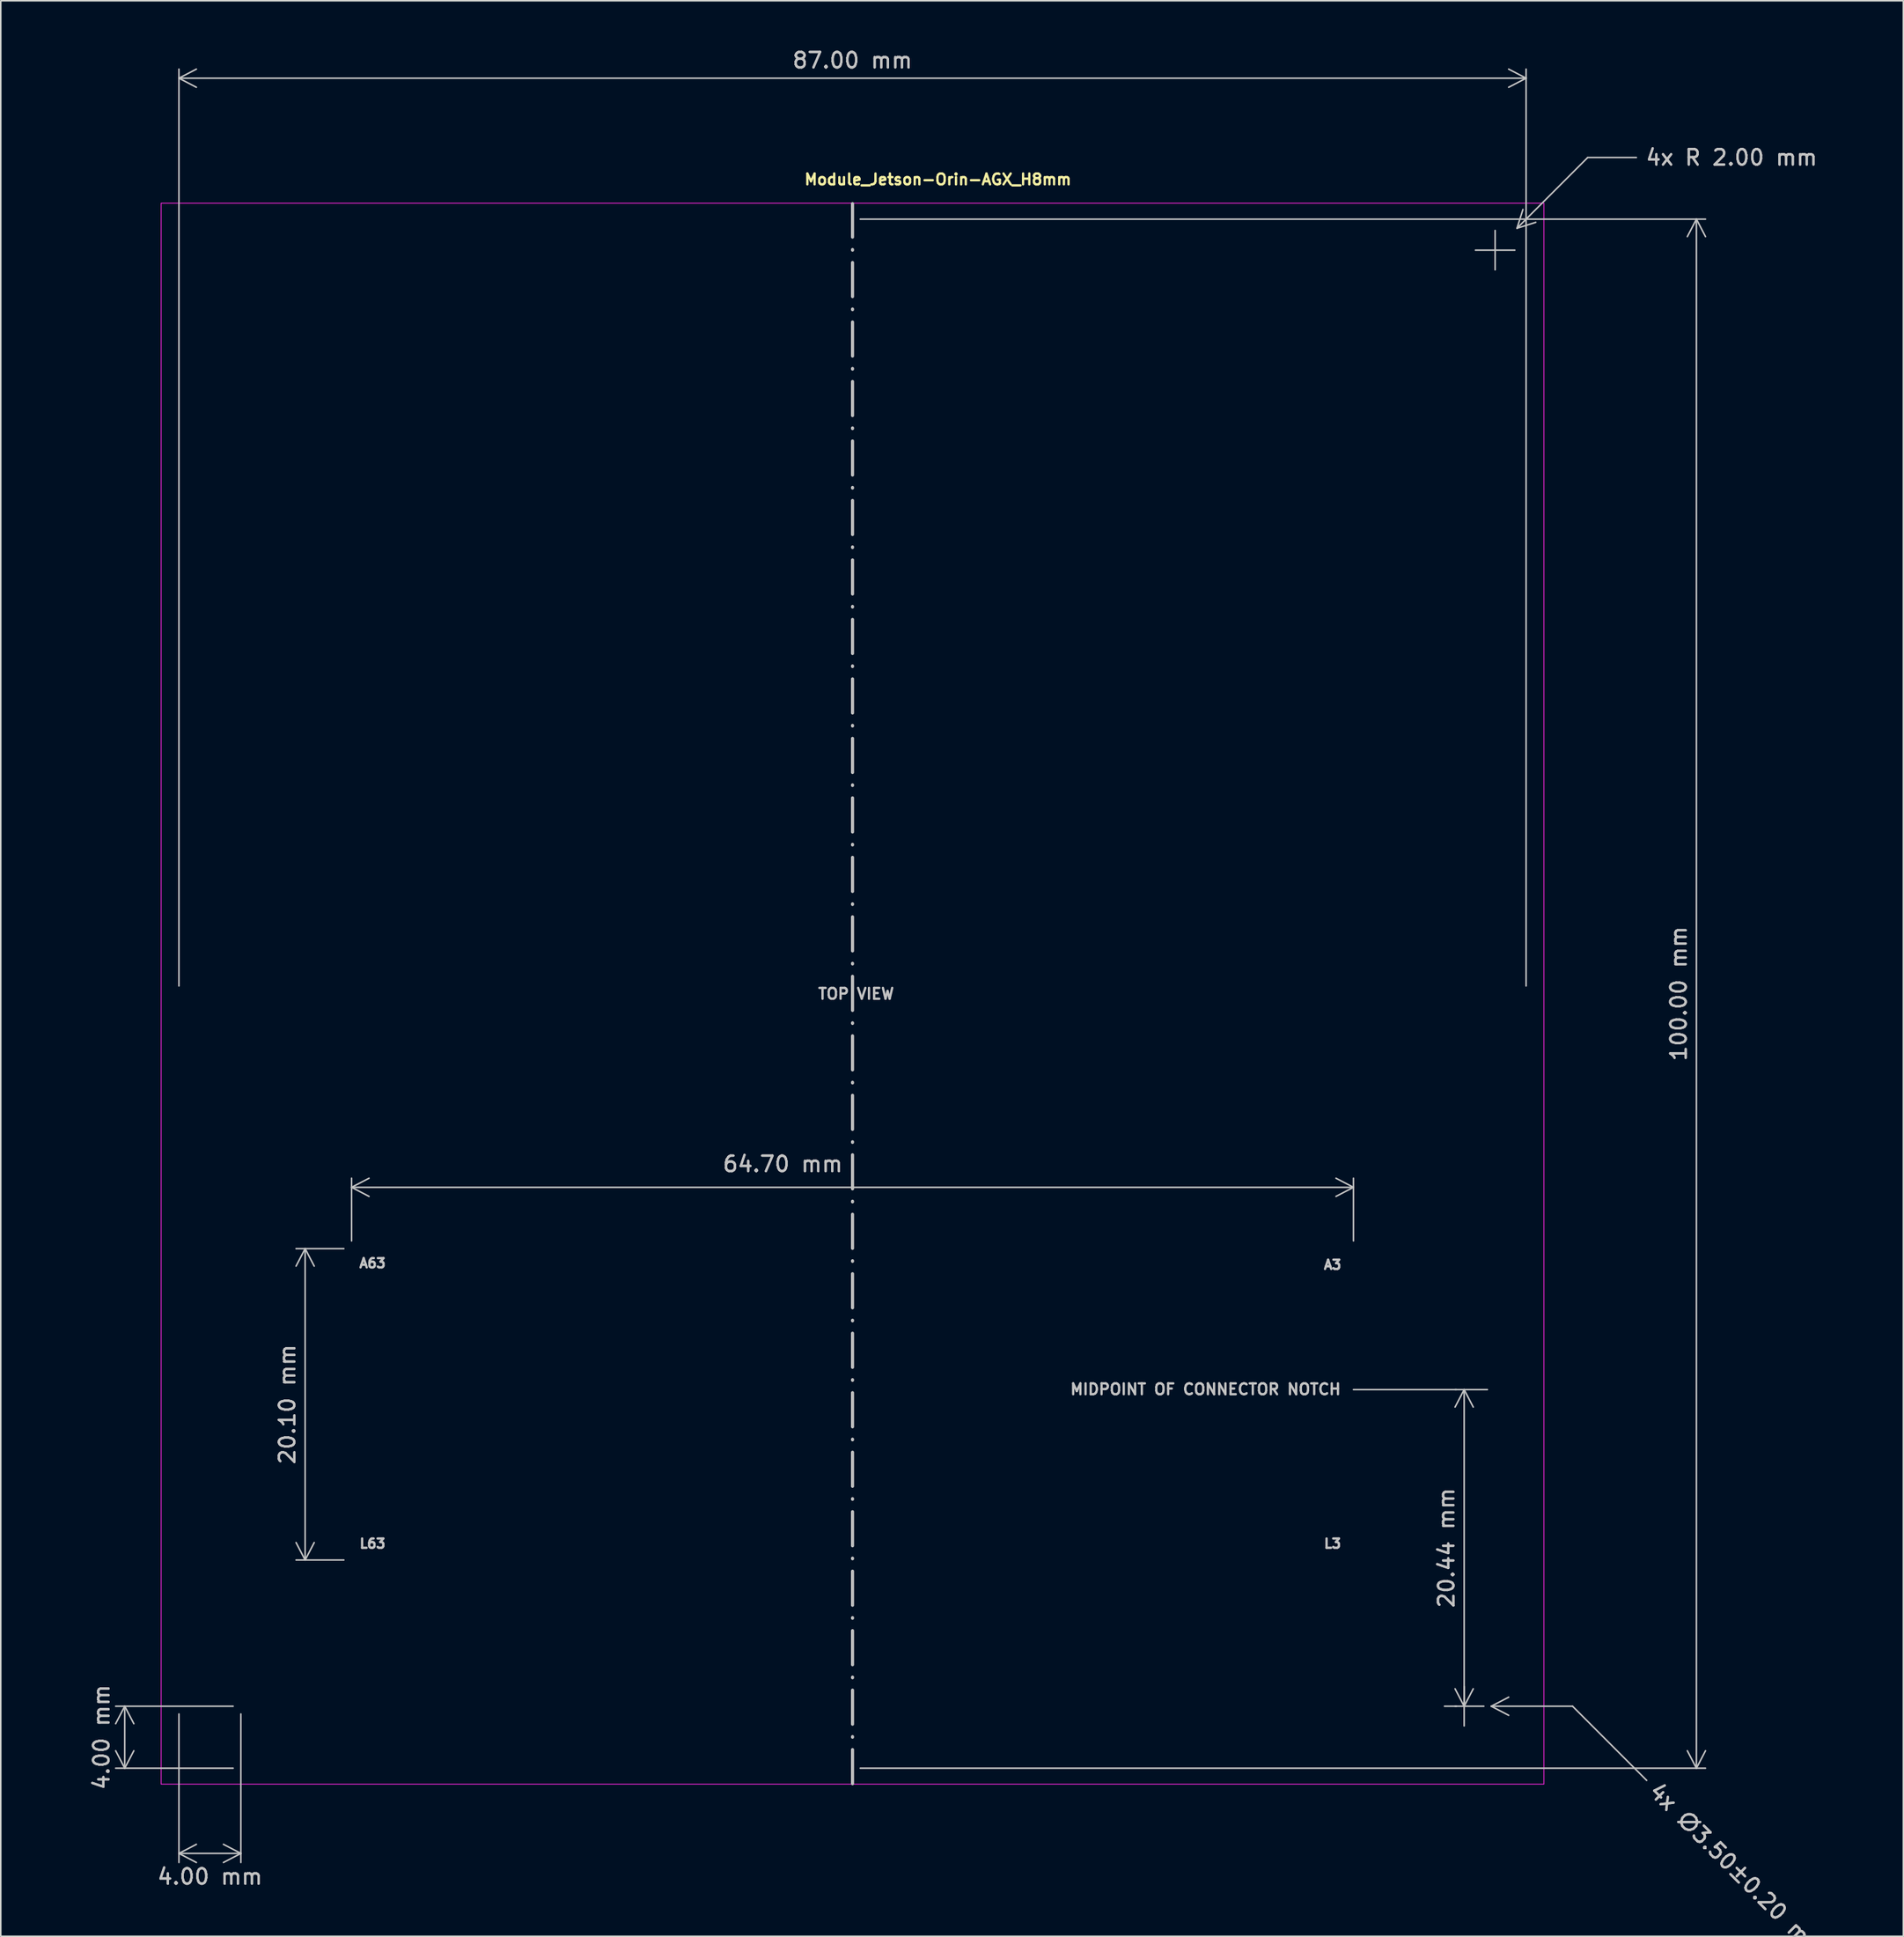
<source format=kicad_pcb>
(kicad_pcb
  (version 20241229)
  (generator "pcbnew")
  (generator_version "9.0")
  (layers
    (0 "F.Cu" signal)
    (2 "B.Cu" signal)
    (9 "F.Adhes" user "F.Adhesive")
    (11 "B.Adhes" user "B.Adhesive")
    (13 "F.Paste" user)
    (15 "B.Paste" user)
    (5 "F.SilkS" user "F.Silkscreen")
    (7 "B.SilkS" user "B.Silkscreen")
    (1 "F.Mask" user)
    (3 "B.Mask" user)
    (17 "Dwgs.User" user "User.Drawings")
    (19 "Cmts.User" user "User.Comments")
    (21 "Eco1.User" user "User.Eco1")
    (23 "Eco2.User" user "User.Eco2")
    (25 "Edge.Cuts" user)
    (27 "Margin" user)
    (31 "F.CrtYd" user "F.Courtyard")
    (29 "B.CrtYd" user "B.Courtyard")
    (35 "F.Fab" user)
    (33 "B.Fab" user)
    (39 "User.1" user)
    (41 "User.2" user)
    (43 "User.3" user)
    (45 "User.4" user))
  (footprint "Module_Jetson-Orin-AGX_H8mm"
    (layer "F.Cu")
    (at 52.006 61.098)
    (property "Reference" "Module_Jetson-Orin-AGX_H8mm" (at -3.182 -52.154 0) (layer "F.SilkS") (effects (font (size 0.7 0.7) (thickness 0.15)) (justify left bottom)))
    (attr exclude_from_pos_files exclude_from_bom)
    (fp_line (start 0 51) (end 0 -51) (stroke (width 0.2) (type dash_dot)) (layer "Dwgs.User"))
    (fp_line (start 32.35 25.56) (end 41 25.56) (stroke (width 0.1) (type default)) (layer "Dwgs.User"))
    (fp_rect (start -44.65 -51.03) (end 44.65 51.03) (stroke (width 0.05) (type solid)) (fill no) (layer "F.CrtYd"))
    (fp_rect (start -43.65 -50.127) (end 43.65 50.127) (stroke (width 0.1) (type solid)) (fill no) (layer "User.5"))
    (fp_line (start -43.5 48) (end -43.5 -48) (stroke (width 0.02) (type solid)) (layer "User.9"))
    (fp_line (start -32.35 14.552) (end 32.35 14.552) (stroke (width 0.1) (type default)) (layer "User.9"))
    (fp_line (start -32.35 16.46) (end -32.35 14.552) (stroke (width 0.1) (type default)) (layer "User.9"))
    (fp_line (start 1.212 52.898) (end 1.212 52.898) (stroke (width 0.02) (type solid)) (layer "User.9"))
    (fp_line (start 1.213 52.897) (end 1.212 52.9) (stroke (width 0.02) (type solid)) (layer "User.9"))
    (fp_line (start 1.213 52.898) (end 1.213 52.898) (stroke (width 0.02) (type solid)) (layer "User.9"))
    (fp_line (start 1.213 52.898) (end 1.213 52.898) (stroke (width 0.02) (type solid)) (layer "User.9"))
    (fp_line (start 1.213 52.898) (end 1.212 52.898) (stroke (width 0.02) (type solid)) (layer "User.9"))
    (fp_line (start 1.214 52.897) (end 1.214 52.898) (stroke (width 0.02) (type solid)) (layer "User.9"))
    (fp_line (start 1.214 52.898) (end 1.213 52.898) (stroke (width 0.02) (type solid)) (layer "User.9"))
    (fp_line (start 1.215 52.897) (end 1.214 52.897) (stroke (width 0.02) (type solid)) (layer "User.9"))
    (fp_line (start 1.215 52.897) (end 1.215 52.897) (stroke (width 0.02) (type solid)) (layer "User.9"))
    (fp_line (start 1.216 52.897) (end 1.215 52.897) (stroke (width 0.02) (type solid)) (layer "User.9"))
    (fp_line (start 1.216 52.897) (end 1.216 52.897) (stroke (width 0.02) (type solid)) (layer "User.9"))
    (fp_line (start 1.217 52.897) (end 1.216 52.897) (stroke (width 0.02) (type solid)) (layer "User.9"))
    (fp_line (start 1.217 52.897) (end 1.217 52.897) (stroke (width 0.02) (type solid)) (layer "User.9"))
    (fp_line (start 32.35 16.46) (end 32.35 14.552) (stroke (width 0.1) (type default)) (layer "User.9"))
    (fp_line (start 41.5 -50) (end -41.5 -50) (stroke (width 0.02) (type solid)) (layer "User.9"))
    (fp_line (start 41.5 50) (end -41.5 50) (stroke (width 0.02) (type solid)) (layer "User.9"))
    (fp_line (start 43.5 48) (end 43.5 -48) (stroke (width 0.02) (type solid)) (layer "User.9"))
    (fp_rect (start -32.35 16.46) (end 32.35 36.56) (stroke (width 0.1) (type default)) (fill no) (layer "User.9"))
    (fp_rect (start -32.35 24.89) (end -32.13 26.23) (stroke (width 0.1) (type default)) (fill no) (layer "User.9"))
    (fp_rect (start 32.35 24.89) (end 32.13 26.23) (stroke (width 0.1) (type default)) (fill no) (layer "User.9"))
    (fp_arc (start -43.5 -48) (mid -42.914214 -49.414214) (end -41.5 -50) (stroke (width 0.02) (type default)) (layer "User.9"))
    (fp_arc (start -41.5 50) (mid -42.914214 49.414214) (end -43.5 48) (stroke (width 0.02) (type default)) (layer "User.9"))
    (fp_arc (start 41.5 -50) (mid 42.914214 -49.414214) (end 43.5 -48) (stroke (width 0.02) (type default)) (layer "User.9"))
    (fp_arc (start 43.5 48) (mid 42.914214 49.414214) (end 41.5 50) (stroke (width 0.02) (type default)) (layer "User.9"))
    (fp_circle (center -39.5 -46) (end -37.75 -46) (stroke (width 0.02) (type default)) (fill no) (layer "User.9"))
    (fp_circle (center -39.5 -46) (end -37.65 -46) (stroke (width 0.02) (type default)) (fill no) (layer "User.9"))
    (fp_circle (center -39.5 46) (end -37.75 46) (stroke (width 0.02) (type default)) (fill no) (layer "User.9"))
    (fp_circle (center -39.5 46) (end -37.65 46) (stroke (width 0.02) (type default)) (fill no) (layer "User.9"))
    (fp_circle (center 39.5 -46) (end 41.25 -46) (stroke (width 0.02) (type default)) (fill no) (layer "User.9"))
    (fp_circle (center 39.5 -46) (end 41.35 -46) (stroke (width 0.02) (type default)) (fill no) (layer "User.9"))
    (fp_circle (center 39.5 46) (end 41.25 46) (stroke (width 0.02) (type default)) (fill no) (layer "User.9"))
    (fp_circle (center 39.5 46) (end 41.35 46) (stroke (width 0.02) (type default)) (fill no) (layer "User.9"))
    (fp_text user "MIDPOINT OF CONNECTOR NOTCH" (at 22.8 25.54 0) (layer "Dwgs.User") (effects (font (size 0.7 0.7) (thickness 0.15))))
    (fp_text user "A3" (at 31 17.5 0) (layer "Dwgs.User") (effects (font (size 0.6 0.6) (thickness 0.15))))
    (fp_text user "TOP VIEW" (at 0.23 0.01 0) (layer "Dwgs.User") (effects (font (size 0.7 0.7) (thickness 0.15))))
    (fp_text user "L3" (at 31 35.5 0) (layer "Dwgs.User") (effects (font (size 0.6 0.6) (thickness 0.15))))
    (fp_text user "A63" (at -31 17.4 0) (layer "Dwgs.User") (effects (font (size 0.6 0.6) (thickness 0.15))))
    (fp_text user "L63" (at -31 35.5 0) (layer "Dwgs.User") (effects (font (size 0.6 0.6) (thickness 0.15))))
    (dimension (type aligned) (layer "Dwgs.User") (pts (xy 12.506 107.098) (xy 8.506 107.098)) (height -9.5) (format (prefix "") (suffix "") (units 3) (units_format 1) (precision 2)) (style (thickness 0.1) (arrow_length 1.27) (text_position_mode 2) (arrow_direction outward) (extension_height 0.586) (extension_offset 0.5) (keep_text_aligned yes)) (gr_text "4.00 mm" (at 10.506 118.098 0) (layer "Dwgs.User") (effects (font (size 1 1) (thickness 0.15)))))
    (dimension (type aligned) (layer "Dwgs.User") (pts (xy 19.656 77.558) (xy 84.356 77.558)) (height -3.96) (format (prefix "") (suffix "") (units 3) (units_format 1) (precision 2)) (style (thickness 0.1) (arrow_length 1.27) (text_position_mode 2) (arrow_direction outward) (extension_height 0.586) (extension_offset 0.5) (keep_text_aligned yes)) (gr_text "64.70 mm" (at 47.506 72.098 0) (layer "Dwgs.User") (effects (font (size 1 1) (thickness 0.15)))))
    (dimension (type aligned) (layer "Dwgs.User") (pts (xy 91.506 107.098) (xy 91.506 86.658)) (height 0) (format (prefix "") (suffix "") (units 3) (units_format 1) (precision 2)) (style (thickness 0.1) (arrow_length 1.27) (text_position_mode 0) (arrow_direction outward) (extension_height 0.586) (extension_offset 0.5) (keep_text_aligned yes)) (gr_text "20.44 mm" (at 90.356 96.878 90) (layer "Dwgs.User") (effects (font (size 1 1) (thickness 0.15)))))
    (dimension (type aligned) (layer "Dwgs.User") (pts (xy 52.006 111.098) (xy 52.006 11.098)) (height 54.5) (format (prefix "") (suffix "") (units 3) (units_format 1) (precision 2)) (style (thickness 0.1) (arrow_length 1.27) (text_position_mode 0) (arrow_direction outward) (extension_height 0.586) (extension_offset 0.5) (keep_text_aligned yes)) (gr_text "100.00 mm" (at 105.356 61.098 90) (layer "Dwgs.User") (effects (font (size 1 1) (thickness 0.15)))))
    (dimension (type aligned) (layer "Dwgs.User") (pts (xy 12.506 107.098) (xy 12.506 111.098)) (height 7.5) (format (prefix "") (suffix "") (units 3) (units_format 1) (precision 2)) (style (thickness 0.1) (arrow_length 1.27) (text_position_mode 2) (arrow_direction outward) (extension_height 0.586) (extension_offset 0.5) (keep_text_aligned yes)) (gr_text "4.00 mm" (at 3.506 109.098 90) (layer "Dwgs.User") (effects (font (size 1 1) (thickness 0.15)))))
    (dimension (type aligned) (layer "Dwgs.User") (pts (xy 8.506 61.098) (xy 95.506 61.098)) (height -59.1) (format (prefix "") (suffix "") (units 3) (units_format 1) (precision 2)) (style (thickness 0.1) (arrow_length 1.27) (text_position_mode 0) (arrow_direction outward) (extension_height 0.586) (extension_offset 0.5) (keep_text_aligned yes)) (gr_text "87.00 mm" (at 52.006 0.848 0) (layer "Dwgs.User") (effects (font (size 1 1) (thickness 0.15)))))
    (dimension (type aligned) (layer "Dwgs.User") (pts (xy 19.656 97.658) (xy 19.656 77.558)) (height -3) (format (prefix "") (suffix "") (units 3) (units_format 1) (precision 2)) (style (thickness 0.1) (arrow_length 1.27) (text_position_mode 0) (arrow_direction outward) (extension_height 0.586) (extension_offset 0.5) (keep_text_aligned yes)) (gr_text "20.10 mm" (at 15.506 87.608 90) (layer "Dwgs.User") (effects (font (size 1 1) (thickness 0.15)))))
    (dimension (type radial) (layer "Dwgs.User") (pts (xy 93.506 13.098) (xy 94.92 11.684)) (leader_length 6.459) (format (prefix "4x R ") (suffix "") (units 3) (units_format 1) (precision 2)) (style (thickness 0.1) (arrow_length 1.27) (text_position_mode 0) (extension_offset 0.5) (keep_text_aligned yes)) (gr_text "4x R 2.00 mm" (at 108.776 7.117 0) (layer "Dwgs.User") (effects (font (size 1 1) (thickness 0.15)))))
    (dimension (type radial) (layer "Dwgs.User") (pts (xy 91.506 107.098) (xy 93.256 107.098)) (leader_length 5.251) (format (prefix "4x ∅") (suffix "") (units 3) (units_format 1) (precision 4) (override_value "3.50±0.20")) (style (thickness 0.1) (arrow_length 1.27) (text_position_mode 0) (extension_offset 0.5) (keep_text_aligned yes)) (gr_text "4x ∅3.50±0.20 mm" (at 109.124 117.715 315) (layer "Dwgs.User") (effects (font (size 1 1) (thickness 0.15))))))
  (gr_rect
    (start -3 -3)
    (end 119.868 121.947)
    (stroke (width 0.1) (type default))
    (fill no)
    (layer "Edge.Cuts")))
</source>
